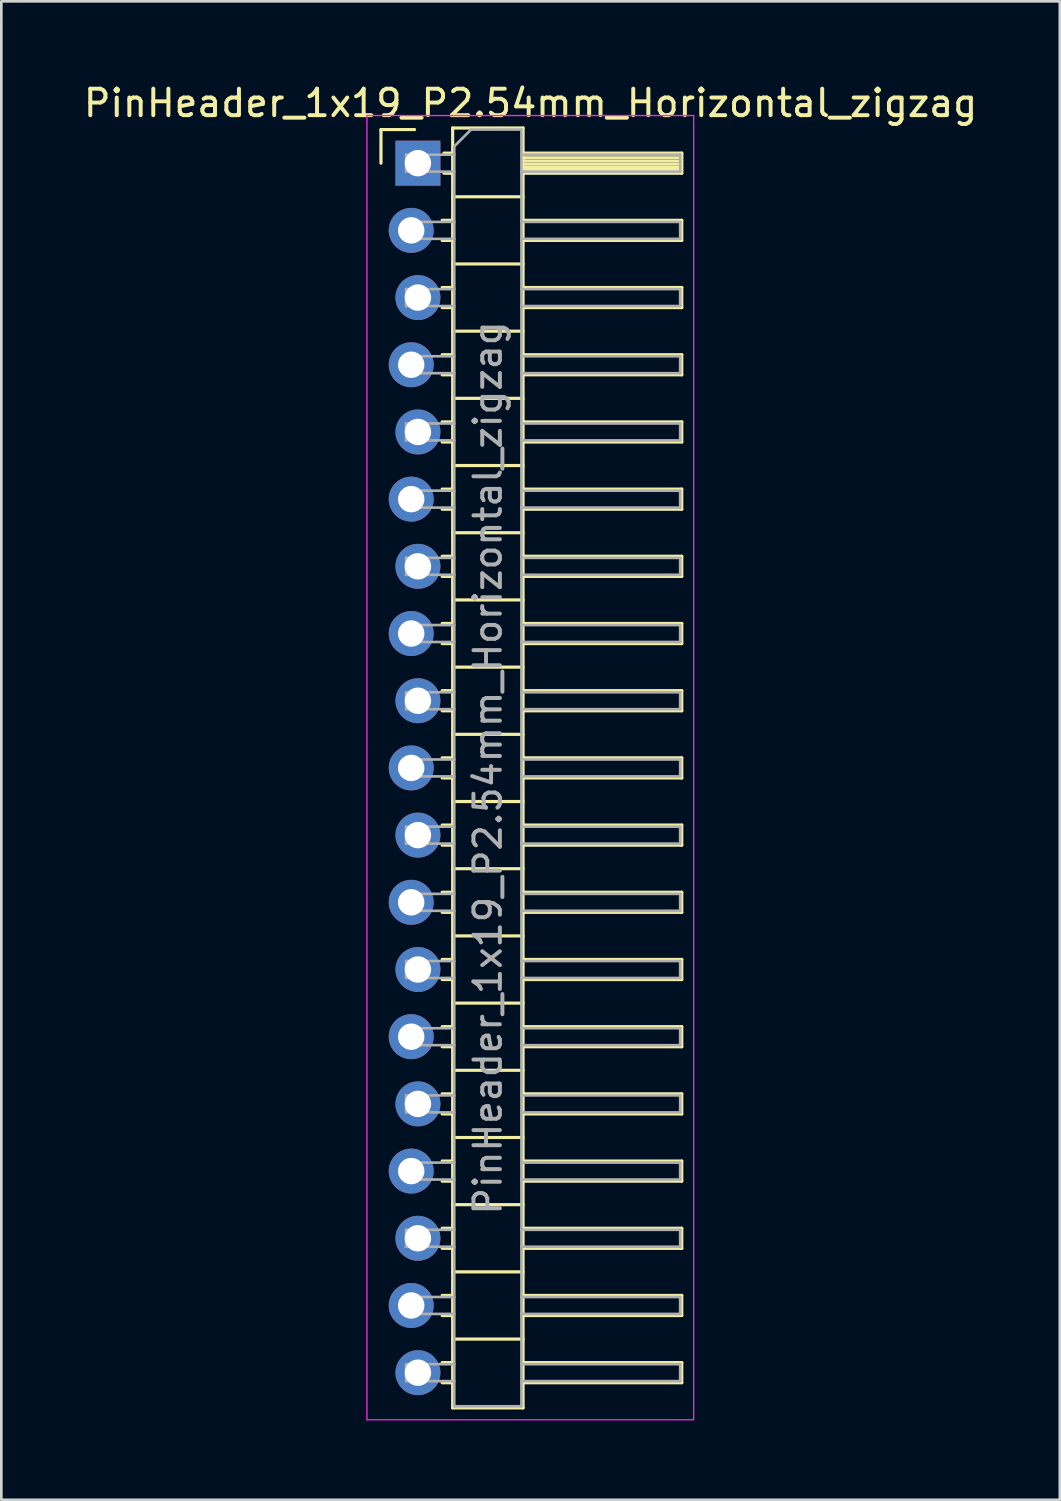
<source format=kicad_pcb>
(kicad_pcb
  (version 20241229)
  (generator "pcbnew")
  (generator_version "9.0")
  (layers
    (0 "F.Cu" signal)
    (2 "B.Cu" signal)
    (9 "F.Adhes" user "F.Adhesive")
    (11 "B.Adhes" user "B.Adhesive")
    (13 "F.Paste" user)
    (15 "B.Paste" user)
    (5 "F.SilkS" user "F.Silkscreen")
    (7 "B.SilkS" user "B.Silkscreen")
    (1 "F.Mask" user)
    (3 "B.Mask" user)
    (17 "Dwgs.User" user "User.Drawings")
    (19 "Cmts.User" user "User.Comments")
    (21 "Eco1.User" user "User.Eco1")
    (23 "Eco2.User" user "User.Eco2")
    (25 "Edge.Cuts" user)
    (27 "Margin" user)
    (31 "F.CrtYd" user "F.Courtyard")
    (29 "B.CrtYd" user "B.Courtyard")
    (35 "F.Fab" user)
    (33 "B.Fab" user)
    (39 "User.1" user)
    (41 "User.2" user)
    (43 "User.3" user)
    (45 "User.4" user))
  (footprint "PinHeader_1x19_P2.54mm_Horizontal_zigzag"
    (layer "F.Cu")
    (at 12.621 3.118)
    (property "Reference" "PinHeader_1x19_P2.54mm_Horizontal_zigzag" (at 4.385 -2.27 0) (layer "F.SilkS") (effects (font (size 1 1) (thickness 0.15))))
    (attr through_hole)
    (fp_line (start -1.27 -1.27) (end 0 -1.27) (stroke (width 0.12) (type solid)) (layer "F.SilkS"))
    (fp_line (start -1.27 0) (end -1.27 -1.27) (stroke (width 0.12) (type solid)) (layer "F.SilkS"))
    (fp_line (start 1.043 2.16) (end 1.44 2.16) (stroke (width 0.12) (type solid)) (layer "F.SilkS"))
    (fp_line (start 1.043 2.92) (end 1.44 2.92) (stroke (width 0.12) (type solid)) (layer "F.SilkS"))
    (fp_line (start 1.043 4.7) (end 1.44 4.7) (stroke (width 0.12) (type solid)) (layer "F.SilkS"))
    (fp_line (start 1.043 5.46) (end 1.44 5.46) (stroke (width 0.12) (type solid)) (layer "F.SilkS"))
    (fp_line (start 1.043 7.24) (end 1.44 7.24) (stroke (width 0.12) (type solid)) (layer "F.SilkS"))
    (fp_line (start 1.043 8) (end 1.44 8) (stroke (width 0.12) (type solid)) (layer "F.SilkS"))
    (fp_line (start 1.043 9.78) (end 1.44 9.78) (stroke (width 0.12) (type solid)) (layer "F.SilkS"))
    (fp_line (start 1.043 10.54) (end 1.44 10.54) (stroke (width 0.12) (type solid)) (layer "F.SilkS"))
    (fp_line (start 1.043 12.32) (end 1.44 12.32) (stroke (width 0.12) (type solid)) (layer "F.SilkS"))
    (fp_line (start 1.043 13.08) (end 1.44 13.08) (stroke (width 0.12) (type solid)) (layer "F.SilkS"))
    (fp_line (start 1.043 14.86) (end 1.44 14.86) (stroke (width 0.12) (type solid)) (layer "F.SilkS"))
    (fp_line (start 1.043 15.62) (end 1.44 15.62) (stroke (width 0.12) (type solid)) (layer "F.SilkS"))
    (fp_line (start 1.043 17.4) (end 1.44 17.4) (stroke (width 0.12) (type solid)) (layer "F.SilkS"))
    (fp_line (start 1.043 18.16) (end 1.44 18.16) (stroke (width 0.12) (type solid)) (layer "F.SilkS"))
    (fp_line (start 1.043 19.94) (end 1.44 19.94) (stroke (width 0.12) (type solid)) (layer "F.SilkS"))
    (fp_line (start 1.043 20.7) (end 1.44 20.7) (stroke (width 0.12) (type solid)) (layer "F.SilkS"))
    (fp_line (start 1.043 22.48) (end 1.44 22.48) (stroke (width 0.12) (type solid)) (layer "F.SilkS"))
    (fp_line (start 1.043 23.24) (end 1.44 23.24) (stroke (width 0.12) (type solid)) (layer "F.SilkS"))
    (fp_line (start 1.043 25.02) (end 1.44 25.02) (stroke (width 0.12) (type solid)) (layer "F.SilkS"))
    (fp_line (start 1.043 25.78) (end 1.44 25.78) (stroke (width 0.12) (type solid)) (layer "F.SilkS"))
    (fp_line (start 1.043 27.56) (end 1.44 27.56) (stroke (width 0.12) (type solid)) (layer "F.SilkS"))
    (fp_line (start 1.043 28.32) (end 1.44 28.32) (stroke (width 0.12) (type solid)) (layer "F.SilkS"))
    (fp_line (start 1.043 30.1) (end 1.44 30.1) (stroke (width 0.12) (type solid)) (layer "F.SilkS"))
    (fp_line (start 1.043 30.86) (end 1.44 30.86) (stroke (width 0.12) (type solid)) (layer "F.SilkS"))
    (fp_line (start 1.043 32.64) (end 1.44 32.64) (stroke (width 0.12) (type solid)) (layer "F.SilkS"))
    (fp_line (start 1.043 33.4) (end 1.44 33.4) (stroke (width 0.12) (type solid)) (layer "F.SilkS"))
    (fp_line (start 1.043 35.18) (end 1.44 35.18) (stroke (width 0.12) (type solid)) (layer "F.SilkS"))
    (fp_line (start 1.043 35.94) (end 1.44 35.94) (stroke (width 0.12) (type solid)) (layer "F.SilkS"))
    (fp_line (start 1.043 37.72) (end 1.44 37.72) (stroke (width 0.12) (type solid)) (layer "F.SilkS"))
    (fp_line (start 1.043 38.48) (end 1.44 38.48) (stroke (width 0.12) (type solid)) (layer "F.SilkS"))
    (fp_line (start 1.043 40.26) (end 1.44 40.26) (stroke (width 0.12) (type solid)) (layer "F.SilkS"))
    (fp_line (start 1.043 41.02) (end 1.44 41.02) (stroke (width 0.12) (type solid)) (layer "F.SilkS"))
    (fp_line (start 1.043 42.8) (end 1.44 42.8) (stroke (width 0.12) (type solid)) (layer "F.SilkS"))
    (fp_line (start 1.043 43.56) (end 1.44 43.56) (stroke (width 0.12) (type solid)) (layer "F.SilkS"))
    (fp_line (start 1.043 45.34) (end 1.44 45.34) (stroke (width 0.12) (type solid)) (layer "F.SilkS"))
    (fp_line (start 1.043 46.1) (end 1.44 46.1) (stroke (width 0.12) (type solid)) (layer "F.SilkS"))
    (fp_line (start 1.11 -0.38) (end 1.44 -0.38) (stroke (width 0.12) (type solid)) (layer "F.SilkS"))
    (fp_line (start 1.11 0.38) (end 1.44 0.38) (stroke (width 0.12) (type solid)) (layer "F.SilkS"))
    (fp_line (start 1.44 -1.33) (end 1.44 47.05) (stroke (width 0.12) (type solid)) (layer "F.SilkS"))
    (fp_line (start 1.44 1.27) (end 4.1 1.27) (stroke (width 0.12) (type solid)) (layer "F.SilkS"))
    (fp_line (start 1.44 3.81) (end 4.1 3.81) (stroke (width 0.12) (type solid)) (layer "F.SilkS"))
    (fp_line (start 1.44 6.35) (end 4.1 6.35) (stroke (width 0.12) (type solid)) (layer "F.SilkS"))
    (fp_line (start 1.44 8.89) (end 4.1 8.89) (stroke (width 0.12) (type solid)) (layer "F.SilkS"))
    (fp_line (start 1.44 11.43) (end 4.1 11.43) (stroke (width 0.12) (type solid)) (layer "F.SilkS"))
    (fp_line (start 1.44 13.97) (end 4.1 13.97) (stroke (width 0.12) (type solid)) (layer "F.SilkS"))
    (fp_line (start 1.44 16.51) (end 4.1 16.51) (stroke (width 0.12) (type solid)) (layer "F.SilkS"))
    (fp_line (start 1.44 19.05) (end 4.1 19.05) (stroke (width 0.12) (type solid)) (layer "F.SilkS"))
    (fp_line (start 1.44 21.59) (end 4.1 21.59) (stroke (width 0.12) (type solid)) (layer "F.SilkS"))
    (fp_line (start 1.44 24.13) (end 4.1 24.13) (stroke (width 0.12) (type solid)) (layer "F.SilkS"))
    (fp_line (start 1.44 26.67) (end 4.1 26.67) (stroke (width 0.12) (type solid)) (layer "F.SilkS"))
    (fp_line (start 1.44 29.21) (end 4.1 29.21) (stroke (width 0.12) (type solid)) (layer "F.SilkS"))
    (fp_line (start 1.44 31.75) (end 4.1 31.75) (stroke (width 0.12) (type solid)) (layer "F.SilkS"))
    (fp_line (start 1.44 34.29) (end 4.1 34.29) (stroke (width 0.12) (type solid)) (layer "F.SilkS"))
    (fp_line (start 1.44 36.83) (end 4.1 36.83) (stroke (width 0.12) (type solid)) (layer "F.SilkS"))
    (fp_line (start 1.44 39.37) (end 4.1 39.37) (stroke (width 0.12) (type solid)) (layer "F.SilkS"))
    (fp_line (start 1.44 41.91) (end 4.1 41.91) (stroke (width 0.12) (type solid)) (layer "F.SilkS"))
    (fp_line (start 1.44 44.45) (end 4.1 44.45) (stroke (width 0.12) (type solid)) (layer "F.SilkS"))
    (fp_line (start 1.44 47.05) (end 4.1 47.05) (stroke (width 0.12) (type solid)) (layer "F.SilkS"))
    (fp_line (start 4.1 -1.33) (end 1.44 -1.33) (stroke (width 0.12) (type solid)) (layer "F.SilkS"))
    (fp_line (start 4.1 -0.38) (end 10.1 -0.38) (stroke (width 0.12) (type solid)) (layer "F.SilkS"))
    (fp_line (start 4.1 -0.32) (end 10.1 -0.32) (stroke (width 0.12) (type solid)) (layer "F.SilkS"))
    (fp_line (start 4.1 -0.2) (end 10.1 -0.2) (stroke (width 0.12) (type solid)) (layer "F.SilkS"))
    (fp_line (start 4.1 -0.08) (end 10.1 -0.08) (stroke (width 0.12) (type solid)) (layer "F.SilkS"))
    (fp_line (start 4.1 0.04) (end 10.1 0.04) (stroke (width 0.12) (type solid)) (layer "F.SilkS"))
    (fp_line (start 4.1 0.16) (end 10.1 0.16) (stroke (width 0.12) (type solid)) (layer "F.SilkS"))
    (fp_line (start 4.1 0.28) (end 10.1 0.28) (stroke (width 0.12) (type solid)) (layer "F.SilkS"))
    (fp_line (start 4.1 2.16) (end 10.1 2.16) (stroke (width 0.12) (type solid)) (layer "F.SilkS"))
    (fp_line (start 4.1 4.7) (end 10.1 4.7) (stroke (width 0.12) (type solid)) (layer "F.SilkS"))
    (fp_line (start 4.1 7.24) (end 10.1 7.24) (stroke (width 0.12) (type solid)) (layer "F.SilkS"))
    (fp_line (start 4.1 9.78) (end 10.1 9.78) (stroke (width 0.12) (type solid)) (layer "F.SilkS"))
    (fp_line (start 4.1 12.32) (end 10.1 12.32) (stroke (width 0.12) (type solid)) (layer "F.SilkS"))
    (fp_line (start 4.1 14.86) (end 10.1 14.86) (stroke (width 0.12) (type solid)) (layer "F.SilkS"))
    (fp_line (start 4.1 17.4) (end 10.1 17.4) (stroke (width 0.12) (type solid)) (layer "F.SilkS"))
    (fp_line (start 4.1 19.94) (end 10.1 19.94) (stroke (width 0.12) (type solid)) (layer "F.SilkS"))
    (fp_line (start 4.1 22.48) (end 10.1 22.48) (stroke (width 0.12) (type solid)) (layer "F.SilkS"))
    (fp_line (start 4.1 25.02) (end 10.1 25.02) (stroke (width 0.12) (type solid)) (layer "F.SilkS"))
    (fp_line (start 4.1 27.56) (end 10.1 27.56) (stroke (width 0.12) (type solid)) (layer "F.SilkS"))
    (fp_line (start 4.1 30.1) (end 10.1 30.1) (stroke (width 0.12) (type solid)) (layer "F.SilkS"))
    (fp_line (start 4.1 32.64) (end 10.1 32.64) (stroke (width 0.12) (type solid)) (layer "F.SilkS"))
    (fp_line (start 4.1 35.18) (end 10.1 35.18) (stroke (width 0.12) (type solid)) (layer "F.SilkS"))
    (fp_line (start 4.1 37.72) (end 10.1 37.72) (stroke (width 0.12) (type solid)) (layer "F.SilkS"))
    (fp_line (start 4.1 40.26) (end 10.1 40.26) (stroke (width 0.12) (type solid)) (layer "F.SilkS"))
    (fp_line (start 4.1 42.8) (end 10.1 42.8) (stroke (width 0.12) (type solid)) (layer "F.SilkS"))
    (fp_line (start 4.1 45.34) (end 10.1 45.34) (stroke (width 0.12) (type solid)) (layer "F.SilkS"))
    (fp_line (start 4.1 47.05) (end 4.1 -1.33) (stroke (width 0.12) (type solid)) (layer "F.SilkS"))
    (fp_line (start 10.1 -0.38) (end 10.1 0.38) (stroke (width 0.12) (type solid)) (layer "F.SilkS"))
    (fp_line (start 10.1 0.38) (end 4.1 0.38) (stroke (width 0.12) (type solid)) (layer "F.SilkS"))
    (fp_line (start 10.1 2.16) (end 10.1 2.92) (stroke (width 0.12) (type solid)) (layer "F.SilkS"))
    (fp_line (start 10.1 2.92) (end 4.1 2.92) (stroke (width 0.12) (type solid)) (layer "F.SilkS"))
    (fp_line (start 10.1 4.7) (end 10.1 5.46) (stroke (width 0.12) (type solid)) (layer "F.SilkS"))
    (fp_line (start 10.1 5.46) (end 4.1 5.46) (stroke (width 0.12) (type solid)) (layer "F.SilkS"))
    (fp_line (start 10.1 7.24) (end 10.1 8) (stroke (width 0.12) (type solid)) (layer "F.SilkS"))
    (fp_line (start 10.1 8) (end 4.1 8) (stroke (width 0.12) (type solid)) (layer "F.SilkS"))
    (fp_line (start 10.1 9.78) (end 10.1 10.54) (stroke (width 0.12) (type solid)) (layer "F.SilkS"))
    (fp_line (start 10.1 10.54) (end 4.1 10.54) (stroke (width 0.12) (type solid)) (layer "F.SilkS"))
    (fp_line (start 10.1 12.32) (end 10.1 13.08) (stroke (width 0.12) (type solid)) (layer "F.SilkS"))
    (fp_line (start 10.1 13.08) (end 4.1 13.08) (stroke (width 0.12) (type solid)) (layer "F.SilkS"))
    (fp_line (start 10.1 14.86) (end 10.1 15.62) (stroke (width 0.12) (type solid)) (layer "F.SilkS"))
    (fp_line (start 10.1 15.62) (end 4.1 15.62) (stroke (width 0.12) (type solid)) (layer "F.SilkS"))
    (fp_line (start 10.1 17.4) (end 10.1 18.16) (stroke (width 0.12) (type solid)) (layer "F.SilkS"))
    (fp_line (start 10.1 18.16) (end 4.1 18.16) (stroke (width 0.12) (type solid)) (layer "F.SilkS"))
    (fp_line (start 10.1 19.94) (end 10.1 20.7) (stroke (width 0.12) (type solid)) (layer "F.SilkS"))
    (fp_line (start 10.1 20.7) (end 4.1 20.7) (stroke (width 0.12) (type solid)) (layer "F.SilkS"))
    (fp_line (start 10.1 22.48) (end 10.1 23.24) (stroke (width 0.12) (type solid)) (layer "F.SilkS"))
    (fp_line (start 10.1 23.24) (end 4.1 23.24) (stroke (width 0.12) (type solid)) (layer "F.SilkS"))
    (fp_line (start 10.1 25.02) (end 10.1 25.78) (stroke (width 0.12) (type solid)) (layer "F.SilkS"))
    (fp_line (start 10.1 25.78) (end 4.1 25.78) (stroke (width 0.12) (type solid)) (layer "F.SilkS"))
    (fp_line (start 10.1 27.56) (end 10.1 28.32) (stroke (width 0.12) (type solid)) (layer "F.SilkS"))
    (fp_line (start 10.1 28.32) (end 4.1 28.32) (stroke (width 0.12) (type solid)) (layer "F.SilkS"))
    (fp_line (start 10.1 30.1) (end 10.1 30.86) (stroke (width 0.12) (type solid)) (layer "F.SilkS"))
    (fp_line (start 10.1 30.86) (end 4.1 30.86) (stroke (width 0.12) (type solid)) (layer "F.SilkS"))
    (fp_line (start 10.1 32.64) (end 10.1 33.4) (stroke (width 0.12) (type solid)) (layer "F.SilkS"))
    (fp_line (start 10.1 33.4) (end 4.1 33.4) (stroke (width 0.12) (type solid)) (layer "F.SilkS"))
    (fp_line (start 10.1 35.18) (end 10.1 35.94) (stroke (width 0.12) (type solid)) (layer "F.SilkS"))
    (fp_line (start 10.1 35.94) (end 4.1 35.94) (stroke (width 0.12) (type solid)) (layer "F.SilkS"))
    (fp_line (start 10.1 37.72) (end 10.1 38.48) (stroke (width 0.12) (type solid)) (layer "F.SilkS"))
    (fp_line (start 10.1 38.48) (end 4.1 38.48) (stroke (width 0.12) (type solid)) (layer "F.SilkS"))
    (fp_line (start 10.1 40.26) (end 10.1 41.02) (stroke (width 0.12) (type solid)) (layer "F.SilkS"))
    (fp_line (start 10.1 41.02) (end 4.1 41.02) (stroke (width 0.12) (type solid)) (layer "F.SilkS"))
    (fp_line (start 10.1 42.8) (end 10.1 43.56) (stroke (width 0.12) (type solid)) (layer "F.SilkS"))
    (fp_line (start 10.1 43.56) (end 4.1 43.56) (stroke (width 0.12) (type solid)) (layer "F.SilkS"))
    (fp_line (start 10.1 45.34) (end 10.1 46.1) (stroke (width 0.12) (type solid)) (layer "F.SilkS"))
    (fp_line (start 10.1 46.1) (end 4.1 46.1) (stroke (width 0.12) (type solid)) (layer "F.SilkS"))
    (fp_line (start -1.8 -1.8) (end -1.8 47.5) (stroke (width 0.05) (type solid)) (layer "F.CrtYd"))
    (fp_line (start -1.8 47.5) (end 10.55 47.5) (stroke (width 0.05) (type solid)) (layer "F.CrtYd"))
    (fp_line (start 10.55 -1.8) (end -1.8 -1.8) (stroke (width 0.05) (type solid)) (layer "F.CrtYd"))
    (fp_line (start 10.55 47.5) (end 10.55 -1.8) (stroke (width 0.05) (type solid)) (layer "F.CrtYd"))
    (fp_line (start -0.32 -0.32) (end -0.32 0.32) (stroke (width 0.1) (type solid)) (layer "F.Fab"))
    (fp_line (start -0.32 -0.32) (end 1.5 -0.32) (stroke (width 0.1) (type solid)) (layer "F.Fab"))
    (fp_line (start -0.32 0.32) (end 1.5 0.32) (stroke (width 0.1) (type solid)) (layer "F.Fab"))
    (fp_line (start -0.32 2.22) (end -0.32 2.86) (stroke (width 0.1) (type solid)) (layer "F.Fab"))
    (fp_line (start -0.32 2.22) (end 1.5 2.22) (stroke (width 0.1) (type solid)) (layer "F.Fab"))
    (fp_line (start -0.32 2.86) (end 1.5 2.86) (stroke (width 0.1) (type solid)) (layer "F.Fab"))
    (fp_line (start -0.32 4.76) (end -0.32 5.4) (stroke (width 0.1) (type solid)) (layer "F.Fab"))
    (fp_line (start -0.32 4.76) (end 1.5 4.76) (stroke (width 0.1) (type solid)) (layer "F.Fab"))
    (fp_line (start -0.32 5.4) (end 1.5 5.4) (stroke (width 0.1) (type solid)) (layer "F.Fab"))
    (fp_line (start -0.32 7.3) (end -0.32 7.94) (stroke (width 0.1) (type solid)) (layer "F.Fab"))
    (fp_line (start -0.32 7.3) (end 1.5 7.3) (stroke (width 0.1) (type solid)) (layer "F.Fab"))
    (fp_line (start -0.32 7.94) (end 1.5 7.94) (stroke (width 0.1) (type solid)) (layer "F.Fab"))
    (fp_line (start -0.32 9.84) (end -0.32 10.48) (stroke (width 0.1) (type solid)) (layer "F.Fab"))
    (fp_line (start -0.32 9.84) (end 1.5 9.84) (stroke (width 0.1) (type solid)) (layer "F.Fab"))
    (fp_line (start -0.32 10.48) (end 1.5 10.48) (stroke (width 0.1) (type solid)) (layer "F.Fab"))
    (fp_line (start -0.32 12.38) (end -0.32 13.02) (stroke (width 0.1) (type solid)) (layer "F.Fab"))
    (fp_line (start -0.32 12.38) (end 1.5 12.38) (stroke (width 0.1) (type solid)) (layer "F.Fab"))
    (fp_line (start -0.32 13.02) (end 1.5 13.02) (stroke (width 0.1) (type solid)) (layer "F.Fab"))
    (fp_line (start -0.32 14.92) (end -0.32 15.56) (stroke (width 0.1) (type solid)) (layer "F.Fab"))
    (fp_line (start -0.32 14.92) (end 1.5 14.92) (stroke (width 0.1) (type solid)) (layer "F.Fab"))
    (fp_line (start -0.32 15.56) (end 1.5 15.56) (stroke (width 0.1) (type solid)) (layer "F.Fab"))
    (fp_line (start -0.32 17.46) (end -0.32 18.1) (stroke (width 0.1) (type solid)) (layer "F.Fab"))
    (fp_line (start -0.32 17.46) (end 1.5 17.46) (stroke (width 0.1) (type solid)) (layer "F.Fab"))
    (fp_line (start -0.32 18.1) (end 1.5 18.1) (stroke (width 0.1) (type solid)) (layer "F.Fab"))
    (fp_line (start -0.32 20) (end -0.32 20.64) (stroke (width 0.1) (type solid)) (layer "F.Fab"))
    (fp_line (start -0.32 20) (end 1.5 20) (stroke (width 0.1) (type solid)) (layer "F.Fab"))
    (fp_line (start -0.32 20.64) (end 1.5 20.64) (stroke (width 0.1) (type solid)) (layer "F.Fab"))
    (fp_line (start -0.32 22.54) (end -0.32 23.18) (stroke (width 0.1) (type solid)) (layer "F.Fab"))
    (fp_line (start -0.32 22.54) (end 1.5 22.54) (stroke (width 0.1) (type solid)) (layer "F.Fab"))
    (fp_line (start -0.32 23.18) (end 1.5 23.18) (stroke (width 0.1) (type solid)) (layer "F.Fab"))
    (fp_line (start -0.32 25.08) (end -0.32 25.72) (stroke (width 0.1) (type solid)) (layer "F.Fab"))
    (fp_line (start -0.32 25.08) (end 1.5 25.08) (stroke (width 0.1) (type solid)) (layer "F.Fab"))
    (fp_line (start -0.32 25.72) (end 1.5 25.72) (stroke (width 0.1) (type solid)) (layer "F.Fab"))
    (fp_line (start -0.32 27.62) (end -0.32 28.26) (stroke (width 0.1) (type solid)) (layer "F.Fab"))
    (fp_line (start -0.32 27.62) (end 1.5 27.62) (stroke (width 0.1) (type solid)) (layer "F.Fab"))
    (fp_line (start -0.32 28.26) (end 1.5 28.26) (stroke (width 0.1) (type solid)) (layer "F.Fab"))
    (fp_line (start -0.32 30.16) (end -0.32 30.8) (stroke (width 0.1) (type solid)) (layer "F.Fab"))
    (fp_line (start -0.32 30.16) (end 1.5 30.16) (stroke (width 0.1) (type solid)) (layer "F.Fab"))
    (fp_line (start -0.32 30.8) (end 1.5 30.8) (stroke (width 0.1) (type solid)) (layer "F.Fab"))
    (fp_line (start -0.32 32.7) (end -0.32 33.34) (stroke (width 0.1) (type solid)) (layer "F.Fab"))
    (fp_line (start -0.32 32.7) (end 1.5 32.7) (stroke (width 0.1) (type solid)) (layer "F.Fab"))
    (fp_line (start -0.32 33.34) (end 1.5 33.34) (stroke (width 0.1) (type solid)) (layer "F.Fab"))
    (fp_line (start -0.32 35.24) (end -0.32 35.88) (stroke (width 0.1) (type solid)) (layer "F.Fab"))
    (fp_line (start -0.32 35.24) (end 1.5 35.24) (stroke (width 0.1) (type solid)) (layer "F.Fab"))
    (fp_line (start -0.32 35.88) (end 1.5 35.88) (stroke (width 0.1) (type solid)) (layer "F.Fab"))
    (fp_line (start -0.32 37.78) (end -0.32 38.42) (stroke (width 0.1) (type solid)) (layer "F.Fab"))
    (fp_line (start -0.32 37.78) (end 1.5 37.78) (stroke (width 0.1) (type solid)) (layer "F.Fab"))
    (fp_line (start -0.32 38.42) (end 1.5 38.42) (stroke (width 0.1) (type solid)) (layer "F.Fab"))
    (fp_line (start -0.32 40.32) (end -0.32 40.96) (stroke (width 0.1) (type solid)) (layer "F.Fab"))
    (fp_line (start -0.32 40.32) (end 1.5 40.32) (stroke (width 0.1) (type solid)) (layer "F.Fab"))
    (fp_line (start -0.32 40.96) (end 1.5 40.96) (stroke (width 0.1) (type solid)) (layer "F.Fab"))
    (fp_line (start -0.32 42.86) (end -0.32 43.5) (stroke (width 0.1) (type solid)) (layer "F.Fab"))
    (fp_line (start -0.32 42.86) (end 1.5 42.86) (stroke (width 0.1) (type solid)) (layer "F.Fab"))
    (fp_line (start -0.32 43.5) (end 1.5 43.5) (stroke (width 0.1) (type solid)) (layer "F.Fab"))
    (fp_line (start -0.32 45.4) (end -0.32 46.04) (stroke (width 0.1) (type solid)) (layer "F.Fab"))
    (fp_line (start -0.32 45.4) (end 1.5 45.4) (stroke (width 0.1) (type solid)) (layer "F.Fab"))
    (fp_line (start -0.32 46.04) (end 1.5 46.04) (stroke (width 0.1) (type solid)) (layer "F.Fab"))
    (fp_line (start 1.5 -0.635) (end 2.135 -1.27) (stroke (width 0.1) (type solid)) (layer "F.Fab"))
    (fp_line (start 1.5 46.99) (end 1.5 -0.635) (stroke (width 0.1) (type solid)) (layer "F.Fab"))
    (fp_line (start 2.135 -1.27) (end 4.04 -1.27) (stroke (width 0.1) (type solid)) (layer "F.Fab"))
    (fp_line (start 4.04 -1.27) (end 4.04 46.99) (stroke (width 0.1) (type solid)) (layer "F.Fab"))
    (fp_line (start 4.04 -0.32) (end 10.04 -0.32) (stroke (width 0.1) (type solid)) (layer "F.Fab"))
    (fp_line (start 4.04 0.32) (end 10.04 0.32) (stroke (width 0.1) (type solid)) (layer "F.Fab"))
    (fp_line (start 4.04 2.22) (end 10.04 2.22) (stroke (width 0.1) (type solid)) (layer "F.Fab"))
    (fp_line (start 4.04 2.86) (end 10.04 2.86) (stroke (width 0.1) (type solid)) (layer "F.Fab"))
    (fp_line (start 4.04 4.76) (end 10.04 4.76) (stroke (width 0.1) (type solid)) (layer "F.Fab"))
    (fp_line (start 4.04 5.4) (end 10.04 5.4) (stroke (width 0.1) (type solid)) (layer "F.Fab"))
    (fp_line (start 4.04 7.3) (end 10.04 7.3) (stroke (width 0.1) (type solid)) (layer "F.Fab"))
    (fp_line (start 4.04 7.94) (end 10.04 7.94) (stroke (width 0.1) (type solid)) (layer "F.Fab"))
    (fp_line (start 4.04 9.84) (end 10.04 9.84) (stroke (width 0.1) (type solid)) (layer "F.Fab"))
    (fp_line (start 4.04 10.48) (end 10.04 10.48) (stroke (width 0.1) (type solid)) (layer "F.Fab"))
    (fp_line (start 4.04 12.38) (end 10.04 12.38) (stroke (width 0.1) (type solid)) (layer "F.Fab"))
    (fp_line (start 4.04 13.02) (end 10.04 13.02) (stroke (width 0.1) (type solid)) (layer "F.Fab"))
    (fp_line (start 4.04 14.92) (end 10.04 14.92) (stroke (width 0.1) (type solid)) (layer "F.Fab"))
    (fp_line (start 4.04 15.56) (end 10.04 15.56) (stroke (width 0.1) (type solid)) (layer "F.Fab"))
    (fp_line (start 4.04 17.46) (end 10.04 17.46) (stroke (width 0.1) (type solid)) (layer "F.Fab"))
    (fp_line (start 4.04 18.1) (end 10.04 18.1) (stroke (width 0.1) (type solid)) (layer "F.Fab"))
    (fp_line (start 4.04 20) (end 10.04 20) (stroke (width 0.1) (type solid)) (layer "F.Fab"))
    (fp_line (start 4.04 20.64) (end 10.04 20.64) (stroke (width 0.1) (type solid)) (layer "F.Fab"))
    (fp_line (start 4.04 22.54) (end 10.04 22.54) (stroke (width 0.1) (type solid)) (layer "F.Fab"))
    (fp_line (start 4.04 23.18) (end 10.04 23.18) (stroke (width 0.1) (type solid)) (layer "F.Fab"))
    (fp_line (start 4.04 25.08) (end 10.04 25.08) (stroke (width 0.1) (type solid)) (layer "F.Fab"))
    (fp_line (start 4.04 25.72) (end 10.04 25.72) (stroke (width 0.1) (type solid)) (layer "F.Fab"))
    (fp_line (start 4.04 27.62) (end 10.04 27.62) (stroke (width 0.1) (type solid)) (layer "F.Fab"))
    (fp_line (start 4.04 28.26) (end 10.04 28.26) (stroke (width 0.1) (type solid)) (layer "F.Fab"))
    (fp_line (start 4.04 30.16) (end 10.04 30.16) (stroke (width 0.1) (type solid)) (layer "F.Fab"))
    (fp_line (start 4.04 30.8) (end 10.04 30.8) (stroke (width 0.1) (type solid)) (layer "F.Fab"))
    (fp_line (start 4.04 32.7) (end 10.04 32.7) (stroke (width 0.1) (type solid)) (layer "F.Fab"))
    (fp_line (start 4.04 33.34) (end 10.04 33.34) (stroke (width 0.1) (type solid)) (layer "F.Fab"))
    (fp_line (start 4.04 35.24) (end 10.04 35.24) (stroke (width 0.1) (type solid)) (layer "F.Fab"))
    (fp_line (start 4.04 35.88) (end 10.04 35.88) (stroke (width 0.1) (type solid)) (layer "F.Fab"))
    (fp_line (start 4.04 37.78) (end 10.04 37.78) (stroke (width 0.1) (type solid)) (layer "F.Fab"))
    (fp_line (start 4.04 38.42) (end 10.04 38.42) (stroke (width 0.1) (type solid)) (layer "F.Fab"))
    (fp_line (start 4.04 40.32) (end 10.04 40.32) (stroke (width 0.1) (type solid)) (layer "F.Fab"))
    (fp_line (start 4.04 40.96) (end 10.04 40.96) (stroke (width 0.1) (type solid)) (layer "F.Fab"))
    (fp_line (start 4.04 42.86) (end 10.04 42.86) (stroke (width 0.1) (type solid)) (layer "F.Fab"))
    (fp_line (start 4.04 43.5) (end 10.04 43.5) (stroke (width 0.1) (type solid)) (layer "F.Fab"))
    (fp_line (start 4.04 45.4) (end 10.04 45.4) (stroke (width 0.1) (type solid)) (layer "F.Fab"))
    (fp_line (start 4.04 46.04) (end 10.04 46.04) (stroke (width 0.1) (type solid)) (layer "F.Fab"))
    (fp_line (start 4.04 46.99) (end 1.5 46.99) (stroke (width 0.1) (type solid)) (layer "F.Fab"))
    (fp_line (start 10.04 -0.32) (end 10.04 0.32) (stroke (width 0.1) (type solid)) (layer "F.Fab"))
    (fp_line (start 10.04 2.22) (end 10.04 2.86) (stroke (width 0.1) (type solid)) (layer "F.Fab"))
    (fp_line (start 10.04 4.76) (end 10.04 5.4) (stroke (width 0.1) (type solid)) (layer "F.Fab"))
    (fp_line (start 10.04 7.3) (end 10.04 7.94) (stroke (width 0.1) (type solid)) (layer "F.Fab"))
    (fp_line (start 10.04 9.84) (end 10.04 10.48) (stroke (width 0.1) (type solid)) (layer "F.Fab"))
    (fp_line (start 10.04 12.38) (end 10.04 13.02) (stroke (width 0.1) (type solid)) (layer "F.Fab"))
    (fp_line (start 10.04 14.92) (end 10.04 15.56) (stroke (width 0.1) (type solid)) (layer "F.Fab"))
    (fp_line (start 10.04 17.46) (end 10.04 18.1) (stroke (width 0.1) (type solid)) (layer "F.Fab"))
    (fp_line (start 10.04 20) (end 10.04 20.64) (stroke (width 0.1) (type solid)) (layer "F.Fab"))
    (fp_line (start 10.04 22.54) (end 10.04 23.18) (stroke (width 0.1) (type solid)) (layer "F.Fab"))
    (fp_line (start 10.04 25.08) (end 10.04 25.72) (stroke (width 0.1) (type solid)) (layer "F.Fab"))
    (fp_line (start 10.04 27.62) (end 10.04 28.26) (stroke (width 0.1) (type solid)) (layer "F.Fab"))
    (fp_line (start 10.04 30.16) (end 10.04 30.8) (stroke (width 0.1) (type solid)) (layer "F.Fab"))
    (fp_line (start 10.04 32.7) (end 10.04 33.34) (stroke (width 0.1) (type solid)) (layer "F.Fab"))
    (fp_line (start 10.04 35.24) (end 10.04 35.88) (stroke (width 0.1) (type solid)) (layer "F.Fab"))
    (fp_line (start 10.04 37.78) (end 10.04 38.42) (stroke (width 0.1) (type solid)) (layer "F.Fab"))
    (fp_line (start 10.04 40.32) (end 10.04 40.96) (stroke (width 0.1) (type solid)) (layer "F.Fab"))
    (fp_line (start 10.04 42.86) (end 10.04 43.5) (stroke (width 0.1) (type solid)) (layer "F.Fab"))
    (fp_line (start 10.04 45.4) (end 10.04 46.04) (stroke (width 0.1) (type solid)) (layer "F.Fab"))
    (fp_text user "${REFERENCE}" (at 2.77 22.86 90) (layer "F.Fab") (effects (font (size 1 1) (thickness 0.15))))
    (pad "1" thru_hole rect (at 0.127 0) (size 1.7 1.7) (drill 1) (layers "*.Cu" "*.Mask"))
    (pad "2" thru_hole oval (at -0.127 2.54) (size 1.7 1.7) (drill 1) (layers "*.Cu" "*.Mask"))
    (pad "3" thru_hole oval (at 0.127 5.08) (size 1.7 1.7) (drill 1) (layers "*.Cu" "*.Mask"))
    (pad "4" thru_hole oval (at -0.127 7.62) (size 1.7 1.7) (drill 1) (layers "*.Cu" "*.Mask"))
    (pad "5" thru_hole oval (at 0.127 10.16) (size 1.7 1.7) (drill 1) (layers "*.Cu" "*.Mask"))
    (pad "6" thru_hole oval (at -0.127 12.7) (size 1.7 1.7) (drill 1) (layers "*.Cu" "*.Mask"))
    (pad "7" thru_hole oval (at 0.127 15.24) (size 1.7 1.7) (drill 1) (layers "*.Cu" "*.Mask"))
    (pad "8" thru_hole oval (at -0.127 17.78) (size 1.7 1.7) (drill 1) (layers "*.Cu" "*.Mask"))
    (pad "9" thru_hole oval (at 0.127 20.32) (size 1.7 1.7) (drill 1) (layers "*.Cu" "*.Mask"))
    (pad "10" thru_hole oval (at -0.127 22.86) (size 1.7 1.7) (drill 1) (layers "*.Cu" "*.Mask"))
    (pad "11" thru_hole oval (at 0.127 25.4) (size 1.7 1.7) (drill 1) (layers "*.Cu" "*.Mask"))
    (pad "12" thru_hole oval (at -0.127 27.94) (size 1.7 1.7) (drill 1) (layers "*.Cu" "*.Mask"))
    (pad "13" thru_hole oval (at 0.127 30.48) (size 1.7 1.7) (drill 1) (layers "*.Cu" "*.Mask"))
    (pad "14" thru_hole oval (at -0.127 33.02) (size 1.7 1.7) (drill 1) (layers "*.Cu" "*.Mask"))
    (pad "15" thru_hole oval (at 0.127 35.56) (size 1.7 1.7) (drill 1) (layers "*.Cu" "*.Mask"))
    (pad "16" thru_hole oval (at -0.127 38.1) (size 1.7 1.7) (drill 1) (layers "*.Cu" "*.Mask"))
    (pad "17" thru_hole oval (at 0.127 40.64) (size 1.7 1.7) (drill 1) (layers "*.Cu" "*.Mask"))
    (pad "18" thru_hole oval (at -0.127 43.18) (size 1.7 1.7) (drill 1) (layers "*.Cu" "*.Mask"))
    (pad "19" thru_hole oval (at 0.127 45.72) (size 1.7 1.7) (drill 1) (layers "*.Cu" "*.Mask")))
  (gr_rect
    (start -3 -3)
    (end 37.012 53.643)
    (stroke (width 0.1) (type default))
    (fill no)
    (layer "Edge.Cuts")))
</source>
